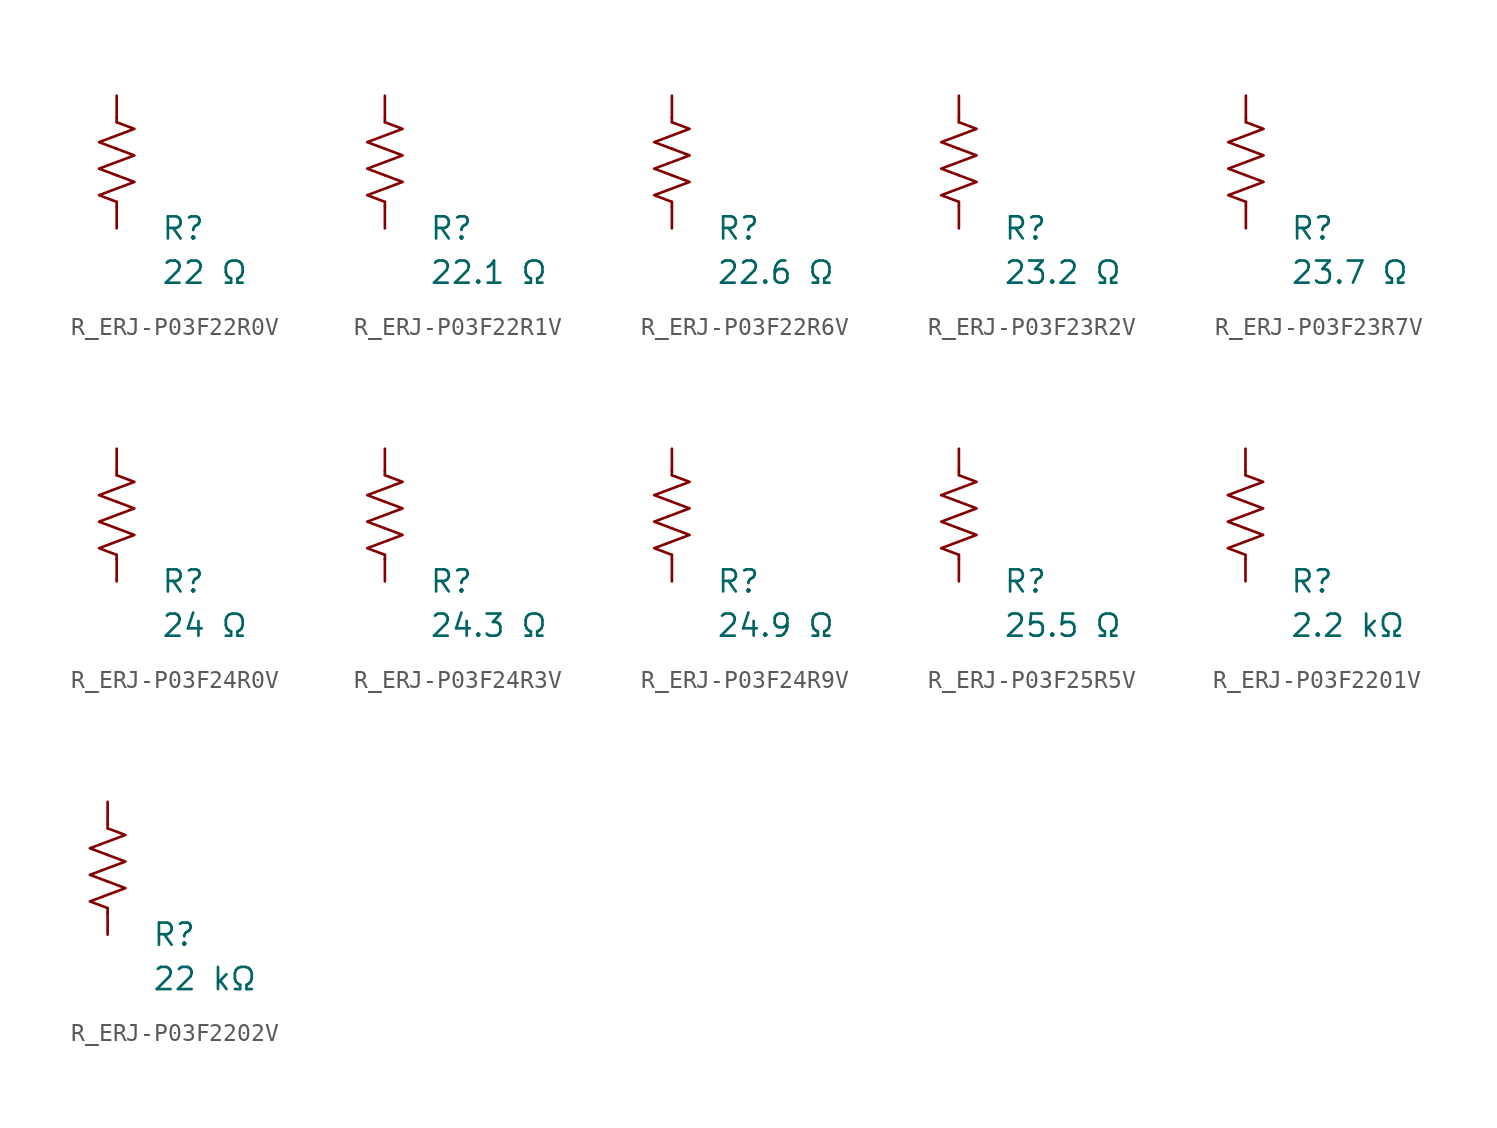
<source format=kicad_sym>
(kicad_symbol_lib
  (version 20231120)
  (generator "kicad_symbol_editor")
  (generator_version "8.0")
  (symbol "R_ERJ-P03F22R0V"
    (pin_numbers hide)
    (pin_names
      (offset 0))
    (property "Reference" "R"
      (at 2.54 -3.81 0)
      (effects (font (size 1.27 1.27)) (justify left))
      (show_name no))
    (property "Value" "22 Ω"
      (at 2.54 -6.35 0)
      (effects (font (size 1.27 1.27)) (justify left))
      (show_name no))
    (symbol "R_ERJ-P03F22R0V_0_1"
      (polyline (pts (xy 0 -2.286) (xy 0 -2.54)) (stroke (width 0) (type default)) (fill (type none)))
      (polyline (pts (xy 0 2.286) (xy 0 2.54)) (stroke (width 0) (type default)) (fill (type none)))
      (polyline (pts (xy 0 -0.762) (xy 1.016 -1.143) (xy 0 -1.524) (xy -1.016 -1.905) (xy 0 -2.286)) (stroke (width 0) (type default)) (fill (type none)))
      (polyline (pts (xy 0 0.762) (xy 1.016 0.381) (xy 0 0) (xy -1.016 -0.381) (xy 0 -0.762)) (stroke (width 0) (type default)) (fill (type none)))
      (polyline (pts (xy 0 2.286) (xy 1.016 1.905) (xy 0 1.524) (xy -1.016 1.143) (xy 0 0.762)) (stroke (width 0) (type default)) (fill (type none))))
    (symbol "R_ERJ-P03F22R0V_1_1"
      (pin passive line (at 0 3.81 270) (length 1.27) (name "~" (effects (font (size 1.27 1.27)))) (number "1" (effects (font (size 1.27 1.27)))))
      (pin passive line (at 0 -3.81 90) (length 1.27) (name "~" (effects (font (size 1.27 1.27)))) (number "2" (effects (font (size 1.27 1.27)))))))
  (symbol "R_ERJ-P03F22R1V"
    (pin_numbers hide)
    (pin_names
      (offset 0))
    (property "Reference" "R"
      (at 2.54 -3.81 0)
      (effects (font (size 1.27 1.27)) (justify left))
      (show_name no))
    (property "Value" "22.1 Ω"
      (at 2.54 -6.35 0)
      (effects (font (size 1.27 1.27)) (justify left))
      (show_name no))
    (symbol "R_ERJ-P03F22R1V_0_1"
      (polyline (pts (xy 0 -2.286) (xy 0 -2.54)) (stroke (width 0) (type default)) (fill (type none)))
      (polyline (pts (xy 0 2.286) (xy 0 2.54)) (stroke (width 0) (type default)) (fill (type none)))
      (polyline (pts (xy 0 -0.762) (xy 1.016 -1.143) (xy 0 -1.524) (xy -1.016 -1.905) (xy 0 -2.286)) (stroke (width 0) (type default)) (fill (type none)))
      (polyline (pts (xy 0 0.762) (xy 1.016 0.381) (xy 0 0) (xy -1.016 -0.381) (xy 0 -0.762)) (stroke (width 0) (type default)) (fill (type none)))
      (polyline (pts (xy 0 2.286) (xy 1.016 1.905) (xy 0 1.524) (xy -1.016 1.143) (xy 0 0.762)) (stroke (width 0) (type default)) (fill (type none))))
    (symbol "R_ERJ-P03F22R1V_1_1"
      (pin passive line (at 0 3.81 270) (length 1.27) (name "~" (effects (font (size 1.27 1.27)))) (number "1" (effects (font (size 1.27 1.27)))))
      (pin passive line (at 0 -3.81 90) (length 1.27) (name "~" (effects (font (size 1.27 1.27)))) (number "2" (effects (font (size 1.27 1.27)))))))
  (symbol "R_ERJ-P03F22R6V"
    (pin_numbers hide)
    (pin_names
      (offset 0))
    (property "Reference" "R"
      (at 2.54 -3.81 0)
      (effects (font (size 1.27 1.27)) (justify left))
      (show_name no))
    (property "Value" "22.6 Ω"
      (at 2.54 -6.35 0)
      (effects (font (size 1.27 1.27)) (justify left))
      (show_name no))
    (symbol "R_ERJ-P03F22R6V_0_1"
      (polyline (pts (xy 0 -2.286) (xy 0 -2.54)) (stroke (width 0) (type default)) (fill (type none)))
      (polyline (pts (xy 0 2.286) (xy 0 2.54)) (stroke (width 0) (type default)) (fill (type none)))
      (polyline (pts (xy 0 -0.762) (xy 1.016 -1.143) (xy 0 -1.524) (xy -1.016 -1.905) (xy 0 -2.286)) (stroke (width 0) (type default)) (fill (type none)))
      (polyline (pts (xy 0 0.762) (xy 1.016 0.381) (xy 0 0) (xy -1.016 -0.381) (xy 0 -0.762)) (stroke (width 0) (type default)) (fill (type none)))
      (polyline (pts (xy 0 2.286) (xy 1.016 1.905) (xy 0 1.524) (xy -1.016 1.143) (xy 0 0.762)) (stroke (width 0) (type default)) (fill (type none))))
    (symbol "R_ERJ-P03F22R6V_1_1"
      (pin passive line (at 0 3.81 270) (length 1.27) (name "~" (effects (font (size 1.27 1.27)))) (number "1" (effects (font (size 1.27 1.27)))))
      (pin passive line (at 0 -3.81 90) (length 1.27) (name "~" (effects (font (size 1.27 1.27)))) (number "2" (effects (font (size 1.27 1.27)))))))
  (symbol "R_ERJ-P03F23R2V"
    (pin_numbers hide)
    (pin_names
      (offset 0))
    (property "Reference" "R"
      (at 2.54 -3.81 0)
      (effects (font (size 1.27 1.27)) (justify left))
      (show_name no))
    (property "Value" "23.2 Ω"
      (at 2.54 -6.35 0)
      (effects (font (size 1.27 1.27)) (justify left))
      (show_name no))
    (symbol "R_ERJ-P03F23R2V_0_1"
      (polyline (pts (xy 0 -2.286) (xy 0 -2.54)) (stroke (width 0) (type default)) (fill (type none)))
      (polyline (pts (xy 0 2.286) (xy 0 2.54)) (stroke (width 0) (type default)) (fill (type none)))
      (polyline (pts (xy 0 -0.762) (xy 1.016 -1.143) (xy 0 -1.524) (xy -1.016 -1.905) (xy 0 -2.286)) (stroke (width 0) (type default)) (fill (type none)))
      (polyline (pts (xy 0 0.762) (xy 1.016 0.381) (xy 0 0) (xy -1.016 -0.381) (xy 0 -0.762)) (stroke (width 0) (type default)) (fill (type none)))
      (polyline (pts (xy 0 2.286) (xy 1.016 1.905) (xy 0 1.524) (xy -1.016 1.143) (xy 0 0.762)) (stroke (width 0) (type default)) (fill (type none))))
    (symbol "R_ERJ-P03F23R2V_1_1"
      (pin passive line (at 0 3.81 270) (length 1.27) (name "~" (effects (font (size 1.27 1.27)))) (number "1" (effects (font (size 1.27 1.27)))))
      (pin passive line (at 0 -3.81 90) (length 1.27) (name "~" (effects (font (size 1.27 1.27)))) (number "2" (effects (font (size 1.27 1.27)))))))
  (symbol "R_ERJ-P03F23R7V"
    (pin_numbers hide)
    (pin_names
      (offset 0))
    (property "Reference" "R"
      (at 2.54 -3.81 0)
      (effects (font (size 1.27 1.27)) (justify left))
      (show_name no))
    (property "Value" "23.7 Ω"
      (at 2.54 -6.35 0)
      (effects (font (size 1.27 1.27)) (justify left))
      (show_name no))
    (symbol "R_ERJ-P03F23R7V_0_1"
      (polyline (pts (xy 0 -2.286) (xy 0 -2.54)) (stroke (width 0) (type default)) (fill (type none)))
      (polyline (pts (xy 0 2.286) (xy 0 2.54)) (stroke (width 0) (type default)) (fill (type none)))
      (polyline (pts (xy 0 -0.762) (xy 1.016 -1.143) (xy 0 -1.524) (xy -1.016 -1.905) (xy 0 -2.286)) (stroke (width 0) (type default)) (fill (type none)))
      (polyline (pts (xy 0 0.762) (xy 1.016 0.381) (xy 0 0) (xy -1.016 -0.381) (xy 0 -0.762)) (stroke (width 0) (type default)) (fill (type none)))
      (polyline (pts (xy 0 2.286) (xy 1.016 1.905) (xy 0 1.524) (xy -1.016 1.143) (xy 0 0.762)) (stroke (width 0) (type default)) (fill (type none))))
    (symbol "R_ERJ-P03F23R7V_1_1"
      (pin passive line (at 0 3.81 270) (length 1.27) (name "~" (effects (font (size 1.27 1.27)))) (number "1" (effects (font (size 1.27 1.27)))))
      (pin passive line (at 0 -3.81 90) (length 1.27) (name "~" (effects (font (size 1.27 1.27)))) (number "2" (effects (font (size 1.27 1.27)))))))
  (symbol "R_ERJ-P03F24R0V"
    (pin_numbers hide)
    (pin_names
      (offset 0))
    (property "Reference" "R"
      (at 2.54 -3.81 0)
      (effects (font (size 1.27 1.27)) (justify left))
      (show_name no))
    (property "Value" "24 Ω"
      (at 2.54 -6.35 0)
      (effects (font (size 1.27 1.27)) (justify left))
      (show_name no))
    (symbol "R_ERJ-P03F24R0V_0_1"
      (polyline (pts (xy 0 -2.286) (xy 0 -2.54)) (stroke (width 0) (type default)) (fill (type none)))
      (polyline (pts (xy 0 2.286) (xy 0 2.54)) (stroke (width 0) (type default)) (fill (type none)))
      (polyline (pts (xy 0 -0.762) (xy 1.016 -1.143) (xy 0 -1.524) (xy -1.016 -1.905) (xy 0 -2.286)) (stroke (width 0) (type default)) (fill (type none)))
      (polyline (pts (xy 0 0.762) (xy 1.016 0.381) (xy 0 0) (xy -1.016 -0.381) (xy 0 -0.762)) (stroke (width 0) (type default)) (fill (type none)))
      (polyline (pts (xy 0 2.286) (xy 1.016 1.905) (xy 0 1.524) (xy -1.016 1.143) (xy 0 0.762)) (stroke (width 0) (type default)) (fill (type none))))
    (symbol "R_ERJ-P03F24R0V_1_1"
      (pin passive line (at 0 3.81 270) (length 1.27) (name "~" (effects (font (size 1.27 1.27)))) (number "1" (effects (font (size 1.27 1.27)))))
      (pin passive line (at 0 -3.81 90) (length 1.27) (name "~" (effects (font (size 1.27 1.27)))) (number "2" (effects (font (size 1.27 1.27)))))))
  (symbol "R_ERJ-P03F24R3V"
    (pin_numbers hide)
    (pin_names
      (offset 0))
    (property "Reference" "R"
      (at 2.54 -3.81 0)
      (effects (font (size 1.27 1.27)) (justify left))
      (show_name no))
    (property "Value" "24.3 Ω"
      (at 2.54 -6.35 0)
      (effects (font (size 1.27 1.27)) (justify left))
      (show_name no))
    (symbol "R_ERJ-P03F24R3V_0_1"
      (polyline (pts (xy 0 -2.286) (xy 0 -2.54)) (stroke (width 0) (type default)) (fill (type none)))
      (polyline (pts (xy 0 2.286) (xy 0 2.54)) (stroke (width 0) (type default)) (fill (type none)))
      (polyline (pts (xy 0 -0.762) (xy 1.016 -1.143) (xy 0 -1.524) (xy -1.016 -1.905) (xy 0 -2.286)) (stroke (width 0) (type default)) (fill (type none)))
      (polyline (pts (xy 0 0.762) (xy 1.016 0.381) (xy 0 0) (xy -1.016 -0.381) (xy 0 -0.762)) (stroke (width 0) (type default)) (fill (type none)))
      (polyline (pts (xy 0 2.286) (xy 1.016 1.905) (xy 0 1.524) (xy -1.016 1.143) (xy 0 0.762)) (stroke (width 0) (type default)) (fill (type none))))
    (symbol "R_ERJ-P03F24R3V_1_1"
      (pin passive line (at 0 3.81 270) (length 1.27) (name "~" (effects (font (size 1.27 1.27)))) (number "1" (effects (font (size 1.27 1.27)))))
      (pin passive line (at 0 -3.81 90) (length 1.27) (name "~" (effects (font (size 1.27 1.27)))) (number "2" (effects (font (size 1.27 1.27)))))))
  (symbol "R_ERJ-P03F24R9V"
    (pin_numbers hide)
    (pin_names
      (offset 0))
    (property "Reference" "R"
      (at 2.54 -3.81 0)
      (effects (font (size 1.27 1.27)) (justify left))
      (show_name no))
    (property "Value" "24.9 Ω"
      (at 2.54 -6.35 0)
      (effects (font (size 1.27 1.27)) (justify left))
      (show_name no))
    (symbol "R_ERJ-P03F24R9V_0_1"
      (polyline (pts (xy 0 -2.286) (xy 0 -2.54)) (stroke (width 0) (type default)) (fill (type none)))
      (polyline (pts (xy 0 2.286) (xy 0 2.54)) (stroke (width 0) (type default)) (fill (type none)))
      (polyline (pts (xy 0 -0.762) (xy 1.016 -1.143) (xy 0 -1.524) (xy -1.016 -1.905) (xy 0 -2.286)) (stroke (width 0) (type default)) (fill (type none)))
      (polyline (pts (xy 0 0.762) (xy 1.016 0.381) (xy 0 0) (xy -1.016 -0.381) (xy 0 -0.762)) (stroke (width 0) (type default)) (fill (type none)))
      (polyline (pts (xy 0 2.286) (xy 1.016 1.905) (xy 0 1.524) (xy -1.016 1.143) (xy 0 0.762)) (stroke (width 0) (type default)) (fill (type none))))
    (symbol "R_ERJ-P03F24R9V_1_1"
      (pin passive line (at 0 3.81 270) (length 1.27) (name "~" (effects (font (size 1.27 1.27)))) (number "1" (effects (font (size 1.27 1.27)))))
      (pin passive line (at 0 -3.81 90) (length 1.27) (name "~" (effects (font (size 1.27 1.27)))) (number "2" (effects (font (size 1.27 1.27)))))))
  (symbol "R_ERJ-P03F25R5V"
    (pin_numbers hide)
    (pin_names
      (offset 0))
    (property "Reference" "R"
      (at 2.54 -3.81 0)
      (effects (font (size 1.27 1.27)) (justify left))
      (show_name no))
    (property "Value" "25.5 Ω"
      (at 2.54 -6.35 0)
      (effects (font (size 1.27 1.27)) (justify left))
      (show_name no))
    (symbol "R_ERJ-P03F25R5V_0_1"
      (polyline (pts (xy 0 -2.286) (xy 0 -2.54)) (stroke (width 0) (type default)) (fill (type none)))
      (polyline (pts (xy 0 2.286) (xy 0 2.54)) (stroke (width 0) (type default)) (fill (type none)))
      (polyline (pts (xy 0 -0.762) (xy 1.016 -1.143) (xy 0 -1.524) (xy -1.016 -1.905) (xy 0 -2.286)) (stroke (width 0) (type default)) (fill (type none)))
      (polyline (pts (xy 0 0.762) (xy 1.016 0.381) (xy 0 0) (xy -1.016 -0.381) (xy 0 -0.762)) (stroke (width 0) (type default)) (fill (type none)))
      (polyline (pts (xy 0 2.286) (xy 1.016 1.905) (xy 0 1.524) (xy -1.016 1.143) (xy 0 0.762)) (stroke (width 0) (type default)) (fill (type none))))
    (symbol "R_ERJ-P03F25R5V_1_1"
      (pin passive line (at 0 3.81 270) (length 1.27) (name "~" (effects (font (size 1.27 1.27)))) (number "1" (effects (font (size 1.27 1.27)))))
      (pin passive line (at 0 -3.81 90) (length 1.27) (name "~" (effects (font (size 1.27 1.27)))) (number "2" (effects (font (size 1.27 1.27)))))))
  (symbol "R_ERJ-P03F2201V"
    (pin_numbers hide)
    (pin_names
      (offset 0))
    (property "Reference" "R"
      (at 2.54 -3.81 0)
      (effects (font (size 1.27 1.27)) (justify left))
      (show_name no))
    (property "Value" "2.2 kΩ"
      (at 2.54 -6.35 0)
      (effects (font (size 1.27 1.27)) (justify left))
      (show_name no))
    (symbol "R_ERJ-P03F2201V_0_1"
      (polyline (pts (xy 0 -2.286) (xy 0 -2.54)) (stroke (width 0) (type default)) (fill (type none)))
      (polyline (pts (xy 0 2.286) (xy 0 2.54)) (stroke (width 0) (type default)) (fill (type none)))
      (polyline (pts (xy 0 -0.762) (xy 1.016 -1.143) (xy 0 -1.524) (xy -1.016 -1.905) (xy 0 -2.286)) (stroke (width 0) (type default)) (fill (type none)))
      (polyline (pts (xy 0 0.762) (xy 1.016 0.381) (xy 0 0) (xy -1.016 -0.381) (xy 0 -0.762)) (stroke (width 0) (type default)) (fill (type none)))
      (polyline (pts (xy 0 2.286) (xy 1.016 1.905) (xy 0 1.524) (xy -1.016 1.143) (xy 0 0.762)) (stroke (width 0) (type default)) (fill (type none))))
    (symbol "R_ERJ-P03F2201V_1_1"
      (pin passive line (at 0 3.81 270) (length 1.27) (name "~" (effects (font (size 1.27 1.27)))) (number "1" (effects (font (size 1.27 1.27)))))
      (pin passive line (at 0 -3.81 90) (length 1.27) (name "~" (effects (font (size 1.27 1.27)))) (number "2" (effects (font (size 1.27 1.27)))))))
  (symbol "R_ERJ-P03F2202V"
    (pin_numbers hide)
    (pin_names
      (offset 0))
    (property "Reference" "R"
      (at 2.54 -3.81 0)
      (effects (font (size 1.27 1.27)) (justify left))
      (show_name no))
    (property "Value" "22 kΩ"
      (at 2.54 -6.35 0)
      (effects (font (size 1.27 1.27)) (justify left))
      (show_name no))
    (symbol "R_ERJ-P03F2202V_0_1"
      (polyline (pts (xy 0 -2.286) (xy 0 -2.54)) (stroke (width 0) (type default)) (fill (type none)))
      (polyline (pts (xy 0 2.286) (xy 0 2.54)) (stroke (width 0) (type default)) (fill (type none)))
      (polyline (pts (xy 0 -0.762) (xy 1.016 -1.143) (xy 0 -1.524) (xy -1.016 -1.905) (xy 0 -2.286)) (stroke (width 0) (type default)) (fill (type none)))
      (polyline (pts (xy 0 0.762) (xy 1.016 0.381) (xy 0 0) (xy -1.016 -0.381) (xy 0 -0.762)) (stroke (width 0) (type default)) (fill (type none)))
      (polyline (pts (xy 0 2.286) (xy 1.016 1.905) (xy 0 1.524) (xy -1.016 1.143) (xy 0 0.762)) (stroke (width 0) (type default)) (fill (type none))))
    (symbol "R_ERJ-P03F2202V_1_1"
      (pin passive line (at 0 3.81 270) (length 1.27) (name "~" (effects (font (size 1.27 1.27)))) (number "1" (effects (font (size 1.27 1.27)))))
      (pin passive line (at 0 -3.81 90) (length 1.27) (name "~" (effects (font (size 1.27 1.27)))) (number "2" (effects (font (size 1.27 1.27))))))))
</source>
